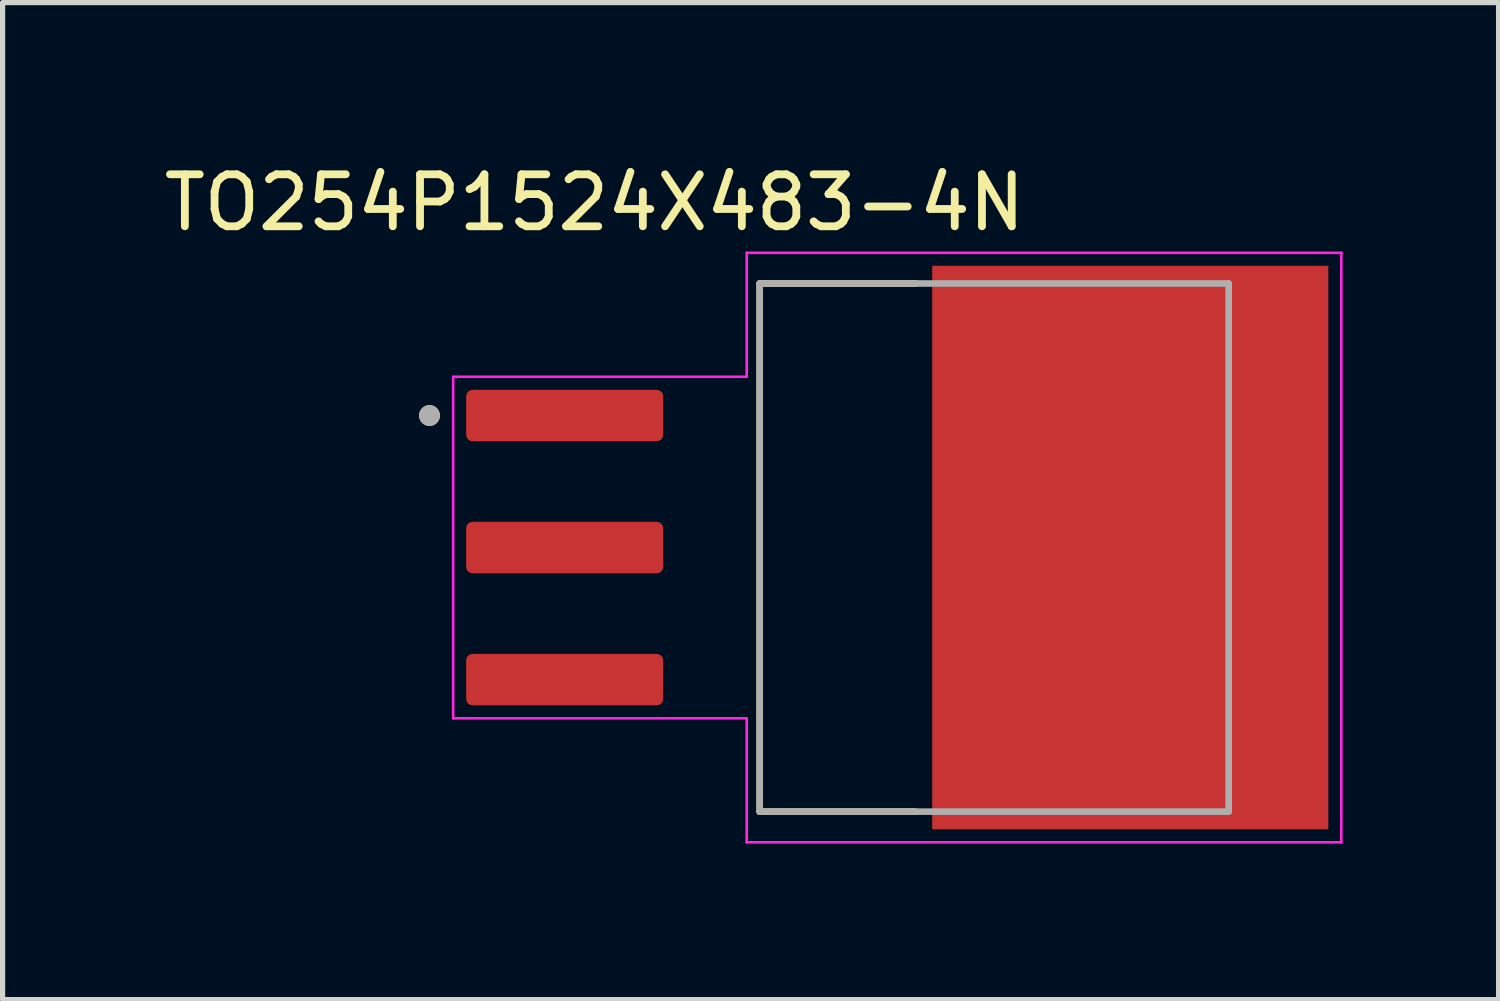
<source format=kicad_pcb>
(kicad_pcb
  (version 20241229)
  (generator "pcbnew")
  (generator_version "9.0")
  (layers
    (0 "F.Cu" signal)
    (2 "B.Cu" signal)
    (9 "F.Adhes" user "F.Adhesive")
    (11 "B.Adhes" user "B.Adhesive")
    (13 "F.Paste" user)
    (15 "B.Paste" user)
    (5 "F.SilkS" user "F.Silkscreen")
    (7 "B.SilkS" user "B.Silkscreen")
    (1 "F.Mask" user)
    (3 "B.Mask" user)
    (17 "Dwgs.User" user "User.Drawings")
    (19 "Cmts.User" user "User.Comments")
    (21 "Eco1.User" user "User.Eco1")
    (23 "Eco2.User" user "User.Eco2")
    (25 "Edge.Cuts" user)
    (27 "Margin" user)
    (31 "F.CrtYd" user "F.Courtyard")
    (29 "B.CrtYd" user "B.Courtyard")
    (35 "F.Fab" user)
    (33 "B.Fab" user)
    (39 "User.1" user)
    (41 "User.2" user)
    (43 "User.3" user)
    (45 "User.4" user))
  (footprint "TO254P1524X483-4N"
    (layer "F.Cu")
    (at 14.212 7.483)
    (property "Reference" "TO254P1524X483-4N" (at -5.825 -6.635 0) (layer "F.SilkS") (effects (font (size 1 1) (thickness 0.15))))
    (attr smd)
    (fp_line (start -2.648 -5.08) (end -2.648 5.08) (stroke (width 0.127) (type solid)) (layer "F.SilkS"))
    (fp_line (start -2.648 5.08) (end 0.35 5.08) (stroke (width 0.127) (type solid)) (layer "F.SilkS"))
    (fp_line (start 0.35 -5.08) (end -2.648 -5.08) (stroke (width 0.127) (type solid)) (layer "F.SilkS"))
    (fp_circle (center -9 -2.54) (end -8.9 -2.54) (stroke (width 0.2) (type solid)) (fill no) (layer "F.SilkS"))
    (fp_poly (pts (xy 1.215 -5.13) (xy 2.665 -5.13) (xy 2.665 -3.87) (xy 1.215 -3.87)) (stroke (width 0.01) (type solid)) (fill yes) (layer "F.Paste"))
    (fp_poly (pts (xy 1.215 -3.33) (xy 2.665 -3.33) (xy 2.665 -2.07) (xy 1.215 -2.07)) (stroke (width 0.01) (type solid)) (fill yes) (layer "F.Paste"))
    (fp_poly (pts (xy 1.215 -1.53) (xy 2.665 -1.53) (xy 2.665 -0.27) (xy 1.215 -0.27)) (stroke (width 0.01) (type solid)) (fill yes) (layer "F.Paste"))
    (fp_poly (pts (xy 1.215 0.27) (xy 2.665 0.27) (xy 2.665 1.53) (xy 1.215 1.53)) (stroke (width 0.01) (type solid)) (fill yes) (layer "F.Paste"))
    (fp_poly (pts (xy 1.215 2.07) (xy 2.665 2.07) (xy 2.665 3.33) (xy 1.215 3.33)) (stroke (width 0.01) (type solid)) (fill yes) (layer "F.Paste"))
    (fp_poly (pts (xy 1.215 3.87) (xy 2.665 3.87) (xy 2.665 5.13) (xy 1.215 5.13)) (stroke (width 0.01) (type solid)) (fill yes) (layer "F.Paste"))
    (fp_poly (pts (xy 3.755 -5.13) (xy 5.205 -5.13) (xy 5.205 -3.87) (xy 3.755 -3.87)) (stroke (width 0.01) (type solid)) (fill yes) (layer "F.Paste"))
    (fp_poly (pts (xy 3.755 -3.33) (xy 5.205 -3.33) (xy 5.205 -2.07) (xy 3.755 -2.07)) (stroke (width 0.01) (type solid)) (fill yes) (layer "F.Paste"))
    (fp_poly (pts (xy 3.755 -1.53) (xy 5.205 -1.53) (xy 5.205 -0.27) (xy 3.755 -0.27)) (stroke (width 0.01) (type solid)) (fill yes) (layer "F.Paste"))
    (fp_poly (pts (xy 3.755 0.27) (xy 5.205 0.27) (xy 5.205 1.53) (xy 3.755 1.53)) (stroke (width 0.01) (type solid)) (fill yes) (layer "F.Paste"))
    (fp_poly (pts (xy 3.755 2.07) (xy 5.205 2.07) (xy 5.205 3.33) (xy 3.755 3.33)) (stroke (width 0.01) (type solid)) (fill yes) (layer "F.Paste"))
    (fp_poly (pts (xy 3.755 3.87) (xy 5.205 3.87) (xy 5.205 5.13) (xy 3.755 5.13)) (stroke (width 0.01) (type solid)) (fill yes) (layer "F.Paste"))
    (fp_poly (pts (xy 6.295 -5.13) (xy 7.745 -5.13) (xy 7.745 -3.87) (xy 6.295 -3.87)) (stroke (width 0.01) (type solid)) (fill yes) (layer "F.Paste"))
    (fp_poly (pts (xy 6.295 -3.33) (xy 7.745 -3.33) (xy 7.745 -2.07) (xy 6.295 -2.07)) (stroke (width 0.01) (type solid)) (fill yes) (layer "F.Paste"))
    (fp_poly (pts (xy 6.295 -1.53) (xy 7.745 -1.53) (xy 7.745 -0.27) (xy 6.295 -0.27)) (stroke (width 0.01) (type solid)) (fill yes) (layer "F.Paste"))
    (fp_poly (pts (xy 6.295 0.27) (xy 7.745 0.27) (xy 7.745 1.53) (xy 6.295 1.53)) (stroke (width 0.01) (type solid)) (fill yes) (layer "F.Paste"))
    (fp_poly (pts (xy 6.295 2.07) (xy 7.745 2.07) (xy 7.745 3.33) (xy 6.295 3.33)) (stroke (width 0.01) (type solid)) (fill yes) (layer "F.Paste"))
    (fp_poly (pts (xy 6.295 3.87) (xy 7.745 3.87) (xy 7.745 5.13) (xy 6.295 5.13)) (stroke (width 0.01) (type solid)) (fill yes) (layer "F.Paste"))
    (fp_line (start -8.545 -3.285) (end -8.545 3.285) (stroke (width 0.05) (type solid)) (layer "F.CrtYd"))
    (fp_line (start -8.545 3.285) (end -2.898 3.285) (stroke (width 0.05) (type solid)) (layer "F.CrtYd"))
    (fp_line (start -2.898 -5.67) (end -2.898 -3.285) (stroke (width 0.05) (type solid)) (layer "F.CrtYd"))
    (fp_line (start -2.898 -3.285) (end -8.545 -3.285) (stroke (width 0.05) (type solid)) (layer "F.CrtYd"))
    (fp_line (start -2.898 3.285) (end -2.898 5.67) (stroke (width 0.05) (type solid)) (layer "F.CrtYd"))
    (fp_line (start -2.898 5.67) (end 8.54 5.67) (stroke (width 0.05) (type solid)) (layer "F.CrtYd"))
    (fp_line (start 8.54 -5.67) (end -2.898 -5.67) (stroke (width 0.05) (type solid)) (layer "F.CrtYd"))
    (fp_line (start 8.54 5.67) (end 8.54 -5.67) (stroke (width 0.05) (type solid)) (layer "F.CrtYd"))
    (fp_line (start -2.648 -5.08) (end 6.373 -5.08) (stroke (width 0.127) (type solid)) (layer "F.Fab"))
    (fp_line (start -2.648 5.08) (end -2.648 -5.08) (stroke (width 0.127) (type solid)) (layer "F.Fab"))
    (fp_line (start 6.373 -5.08) (end 6.373 5.08) (stroke (width 0.127) (type solid)) (layer "F.Fab"))
    (fp_line (start 6.373 5.08) (end -2.648 5.08) (stroke (width 0.127) (type solid)) (layer "F.Fab"))
    (fp_circle (center -9 -2.54) (end -8.9 -2.54) (stroke (width 0.2) (type solid)) (fill no) (layer "F.Fab"))
    (pad "1" smd roundrect (at -6.4 -2.54) (size 3.79 0.99) (layers "F.Cu" "F.Mask" "F.Paste") (roundrect_rratio 0.125))
    (pad "2" smd roundrect (at -6.4 0) (size 3.79 0.99) (layers "F.Cu" "F.Mask" "F.Paste") (roundrect_rratio 0.125))
    (pad "3" smd roundrect (at -6.4 2.54) (size 3.79 0.99) (layers "F.Cu" "F.Mask" "F.Paste") (roundrect_rratio 0.125))
    (pad "4" smd rect (at 4.48 0) (size 7.62 10.84) (layers "F.Cu" "F.Mask")))
  (gr_rect
    (start -3 -3)
    (end 25.777 16.178)
    (stroke (width 0.1) (type default))
    (fill no)
    (layer "Edge.Cuts")))
</source>
